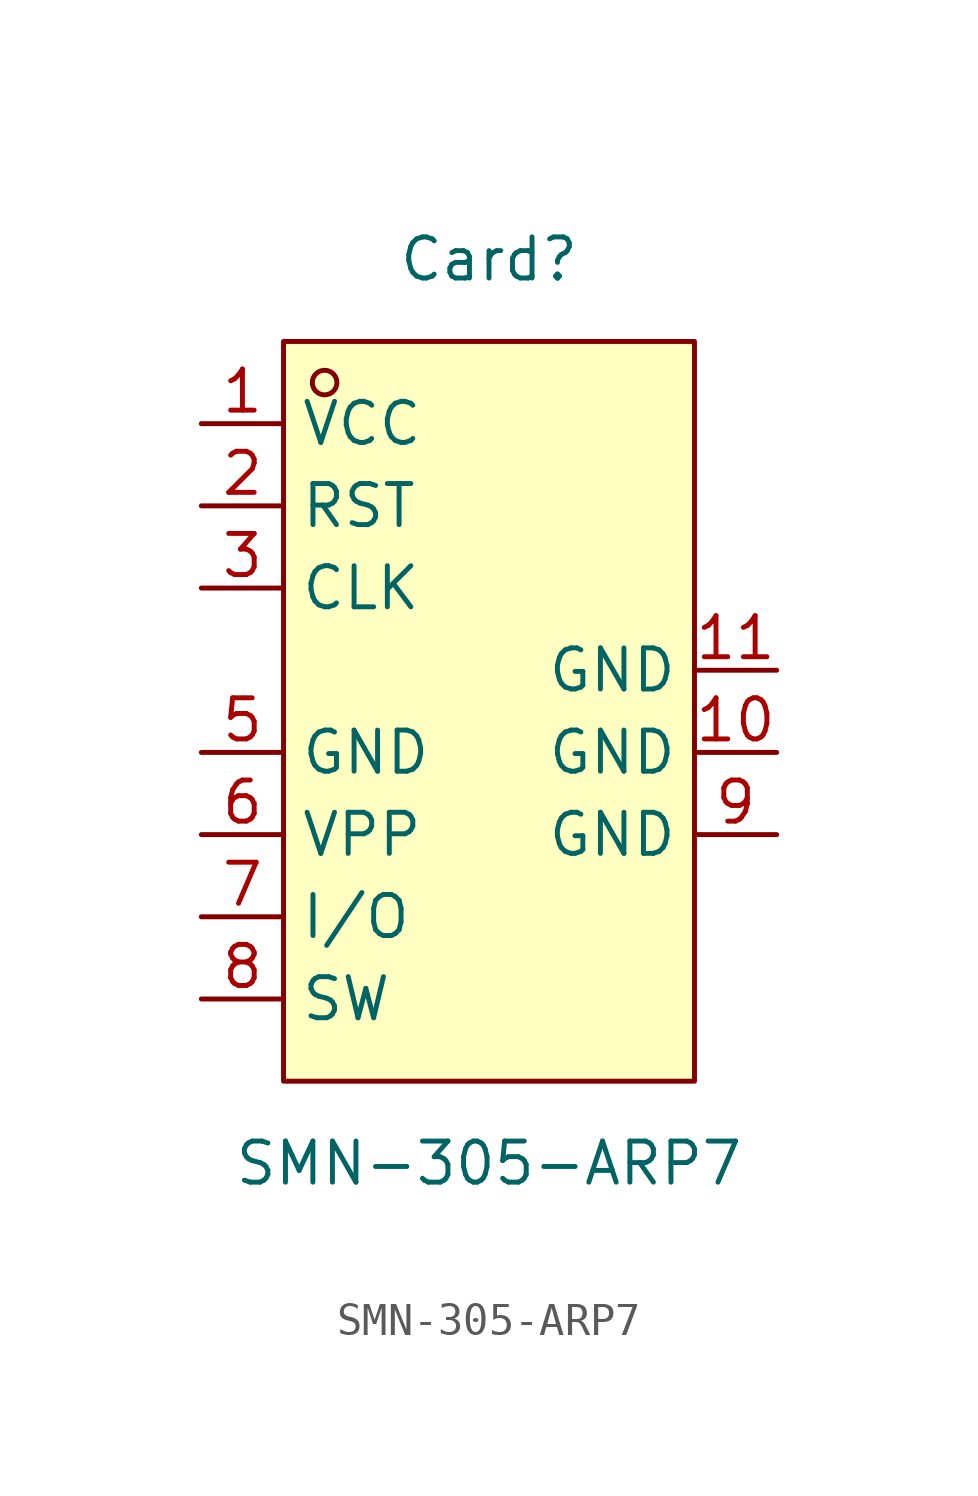
<source format=kicad_sym>
(kicad_symbol_lib
  (version 20231120)
  (generator "kicad_symbol_editor")
  (generator_version "8.0")
  (symbol "SMN-305-ARP7"
    (property "Reference" "Card"
      (at 0 13.97 0)
      (effects (font (size 1.27 1.27))))
    (property "Value" "SMN-305-ARP7"
      (at 0 -13.97 0)
      (effects (font (size 1.27 1.27))))
    (symbol "SMN-305-ARP7_0_1"
      (rectangle (start -6.35 11.43) (end 6.35 -11.43) (stroke (width 0) (type default)) (fill (type background)))
      (circle (center -5.08 10.16) (radius 0.38) (stroke (width 0) (type default)) (fill (type none)))
      (pin power_in line (at -8.89 8.89 0) (length 2.54) (name "VCC" (effects (font (size 1.27 1.27)))) (number "1" (effects (font (size 1.27 1.27)))))
      (pin power_in line (at 8.89 -1.27 180) (length 2.54) (name "GND" (effects (font (size 1.27 1.27)))) (number "10" (effects (font (size 1.27 1.27)))))
      (pin power_in line (at 8.89 1.27 180) (length 2.54) (name "GND" (effects (font (size 1.27 1.27)))) (number "11" (effects (font (size 1.27 1.27)))))
      (pin bidirectional line (at -8.89 6.35 0) (length 2.54) (name "RST" (effects (font (size 1.27 1.27)))) (number "2" (effects (font (size 1.27 1.27)))))
      (pin bidirectional line (at -8.89 3.81 0) (length 2.54) (name "CLK" (effects (font (size 1.27 1.27)))) (number "3" (effects (font (size 1.27 1.27)))))
      (pin power_in line (at -8.89 -1.27 0) (length 2.54) (name "GND" (effects (font (size 1.27 1.27)))) (number "5" (effects (font (size 1.27 1.27)))))
      (pin bidirectional line (at -8.89 -3.81 0) (length 2.54) (name "VPP" (effects (font (size 1.27 1.27)))) (number "6" (effects (font (size 1.27 1.27)))))
      (pin bidirectional line (at -8.89 -6.35 0) (length 2.54) (name "I/O" (effects (font (size 1.27 1.27)))) (number "7" (effects (font (size 1.27 1.27)))))
      (pin bidirectional line (at -8.89 -8.89 0) (length 2.54) (name "SW" (effects (font (size 1.27 1.27)))) (number "8" (effects (font (size 1.27 1.27)))))
      (pin power_in line (at 8.89 -3.81 180) (length 2.54) (name "GND" (effects (font (size 1.27 1.27)))) (number "9" (effects (font (size 1.27 1.27))))))))
</source>
